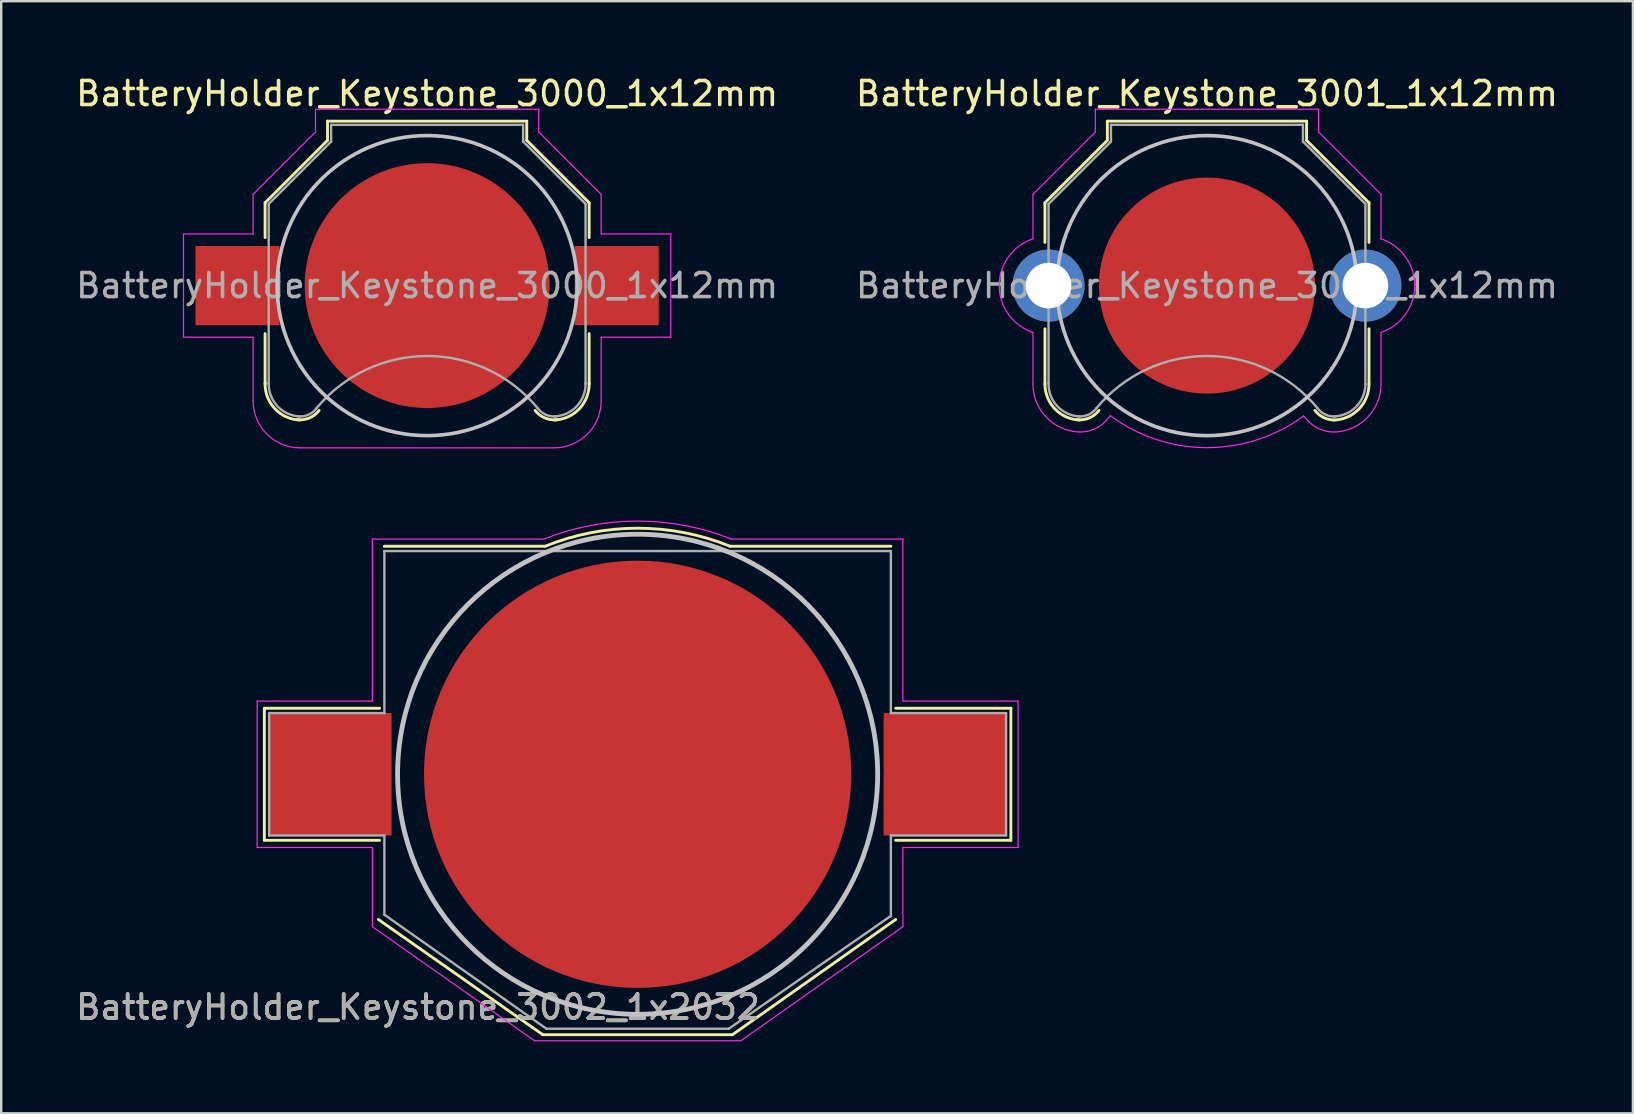
<source format=kicad_pcb>
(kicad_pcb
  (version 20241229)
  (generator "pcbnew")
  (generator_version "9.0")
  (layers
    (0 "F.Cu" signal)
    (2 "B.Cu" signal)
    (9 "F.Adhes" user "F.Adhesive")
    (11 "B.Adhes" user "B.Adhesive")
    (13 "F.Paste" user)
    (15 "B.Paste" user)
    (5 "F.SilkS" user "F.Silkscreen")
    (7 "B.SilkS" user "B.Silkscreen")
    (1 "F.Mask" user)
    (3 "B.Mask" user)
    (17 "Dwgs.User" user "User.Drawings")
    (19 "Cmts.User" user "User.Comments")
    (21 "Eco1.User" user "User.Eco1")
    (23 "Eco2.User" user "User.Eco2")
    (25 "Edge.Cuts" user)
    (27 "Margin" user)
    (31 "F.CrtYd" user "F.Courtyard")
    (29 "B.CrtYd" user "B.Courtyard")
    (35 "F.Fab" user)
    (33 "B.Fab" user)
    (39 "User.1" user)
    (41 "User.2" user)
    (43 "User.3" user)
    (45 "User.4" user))
  (footprint "BatteryHolder_Keystone_3000_1x12mm"
    (layer "F.Cu")
    (at 14.744 8.848)
    (property "Reference" "BatteryHolder_Keystone_3000_1x12mm" (at 0 -8 0) (layer "F.SilkS") (effects (font (size 1 1) (thickness 0.15))))
    (attr smd)
    (fp_line (start -6.75 -3.45) (end -4.15 -6.05) (stroke (width 0.12) (type solid)) (layer "F.SilkS"))
    (fp_line (start -6.75 -2) (end -6.75 -3.45) (stroke (width 0.12) (type solid)) (layer "F.SilkS"))
    (fp_line (start -6.75 2) (end -6.75 4.1) (stroke (width 0.12) (type solid)) (layer "F.SilkS"))
    (fp_line (start -4.15 -6.85) (end 4.15 -6.85) (stroke (width 0.12) (type solid)) (layer "F.SilkS"))
    (fp_line (start -4.15 -6.05) (end -4.15 -6.85) (stroke (width 0.12) (type solid)) (layer "F.SilkS"))
    (fp_line (start 4.15 -6.85) (end 4.15 -6.05) (stroke (width 0.12) (type solid)) (layer "F.SilkS"))
    (fp_line (start 4.15 -6.05) (end 6.75 -3.45) (stroke (width 0.12) (type solid)) (layer "F.SilkS"))
    (fp_line (start 6.75 -3.45) (end 6.75 -2) (stroke (width 0.12) (type solid)) (layer "F.SilkS"))
    (fp_line (start 6.75 2) (end 6.75 4.1) (stroke (width 0.12) (type solid)) (layer "F.SilkS"))
    (fp_arc (start -5.3 5.6) (mid -6.346016 5.125305) (end -6.75 4.05) (stroke (width 0.12) (type solid)) (layer "F.SilkS"))
    (fp_arc (start -4.5 5.2) (mid -4.90584 5.514615) (end -5.414615 5.58416) (stroke (width 0.12) (type solid)) (layer "F.SilkS"))
    (fp_arc (start 5.414615 5.58416) (mid 4.90584 5.514615) (end 4.5 5.2) (stroke (width 0.12) (type solid)) (layer "F.SilkS"))
    (fp_arc (start 6.75 4.05) (mid 6.346016 5.125305) (end 5.3 5.6) (stroke (width 0.12) (type solid)) (layer "F.SilkS"))
    (fp_circle (center 0 0) (end 0 6.25) (stroke (width 0.15) (type solid)) (fill no) (layer "Dwgs.User"))
    (fp_line (start -10.15 -2.15) (end -10.15 2.15) (stroke (width 0.05) (type solid)) (layer "F.CrtYd"))
    (fp_line (start -10.15 2.15) (end -7.25 2.15) (stroke (width 0.05) (type solid)) (layer "F.CrtYd"))
    (fp_line (start -7.25 -3.8) (end -4.65 -6.4) (stroke (width 0.05) (type solid)) (layer "F.CrtYd"))
    (fp_line (start -7.25 -2.15) (end -10.15 -2.15) (stroke (width 0.05) (type solid)) (layer "F.CrtYd"))
    (fp_line (start -7.25 -2.15) (end -7.25 -3.8) (stroke (width 0.05) (type solid)) (layer "F.CrtYd"))
    (fp_line (start -7.25 2.15) (end -7.25 4.8) (stroke (width 0.05) (type solid)) (layer "F.CrtYd"))
    (fp_line (start -5.29 6.76) (end 5.29 6.76) (stroke (width 0.05) (type solid)) (layer "F.CrtYd"))
    (fp_line (start -4.65 -7.35) (end 4.65 -7.35) (stroke (width 0.05) (type solid)) (layer "F.CrtYd"))
    (fp_line (start -4.65 -6.4) (end -4.65 -7.35) (stroke (width 0.05) (type solid)) (layer "F.CrtYd"))
    (fp_line (start 4.65 -6.4) (end 4.65 -7.35) (stroke (width 0.05) (type solid)) (layer "F.CrtYd"))
    (fp_line (start 7.25 -3.8) (end 4.65 -6.4) (stroke (width 0.05) (type solid)) (layer "F.CrtYd"))
    (fp_line (start 7.25 -2.15) (end 7.25 -3.8) (stroke (width 0.05) (type solid)) (layer "F.CrtYd"))
    (fp_line (start 7.25 -2.15) (end 10.15 -2.15) (stroke (width 0.05) (type solid)) (layer "F.CrtYd"))
    (fp_line (start 7.25 2.15) (end 7.25 4.8) (stroke (width 0.05) (type solid)) (layer "F.CrtYd"))
    (fp_line (start 10.15 -2.15) (end 10.15 2.15) (stroke (width 0.05) (type solid)) (layer "F.CrtYd"))
    (fp_line (start 10.15 2.15) (end 7.25 2.15) (stroke (width 0.05) (type solid)) (layer "F.CrtYd"))
    (fp_arc (start -5.29 6.76) (mid -6.675929 6.185929) (end -7.25 4.8) (stroke (width 0.05) (type solid)) (layer "F.CrtYd"))
    (fp_arc (start 7.25 4.8) (mid 6.675929 6.185929) (end 5.29 6.76) (stroke (width 0.05) (type solid)) (layer "F.CrtYd"))
    (fp_line (start -6.6 -3.4) (end -6.6 4.1) (stroke (width 0.1) (type solid)) (layer "F.Fab"))
    (fp_line (start -4 -6.7) (end -4 -6) (stroke (width 0.1) (type solid)) (layer "F.Fab"))
    (fp_line (start -4 -6.7) (end 4 -6.7) (stroke (width 0.1) (type solid)) (layer "F.Fab"))
    (fp_line (start -4 -6) (end -6.6 -3.4) (stroke (width 0.1) (type solid)) (layer "F.Fab"))
    (fp_line (start 4 -6.7) (end 4 -6) (stroke (width 0.1) (type solid)) (layer "F.Fab"))
    (fp_line (start 4 -6) (end 6.6 -3.4) (stroke (width 0.1) (type solid)) (layer "F.Fab"))
    (fp_line (start 6.6 -3.4) (end 6.6 4.1) (stroke (width 0.1) (type solid)) (layer "F.Fab"))
    (fp_arc (start -5.3 5.45) (mid -6.239949 5.019239) (end -6.6 4.05) (stroke (width 0.1) (type solid)) (layer "F.Fab"))
    (fp_arc (start -4.6 5.1) (mid -4.942443 5.378013) (end -5.378013 5.447558) (stroke (width 0.1) (type solid)) (layer "F.Fab"))
    (fp_arc (start -4.6 5.1) (mid 0.006214 2.93343) (end 4.607905 5.109589) (stroke (width 0.1) (type solid)) (layer "F.Fab"))
    (fp_arc (start 5.378013 5.447558) (mid 4.942442 5.378013) (end 4.6 5.1) (stroke (width 0.1) (type solid)) (layer "F.Fab"))
    (fp_arc (start 6.6 4.05) (mid 6.239949 5.019239) (end 5.3 5.45) (stroke (width 0.1) (type solid)) (layer "F.Fab"))
    (fp_text user "${REFERENCE}" (at 0 0 0) (layer "F.Fab") (effects (font (size 1 1) (thickness 0.15))))
    (pad "1" smd rect (at -7.9 0) (size 3.5 3.3) (layers "F.Cu" "F.Mask" "F.Paste"))
    (pad "1" smd rect (at 7.9 0) (size 3.5 3.3) (layers "F.Cu" "F.Mask" "F.Paste"))
    (pad "2" smd circle (at 0 0) (size 10.2 10.2) (layers "F.Cu" "F.Mask")))
  (footprint "BatteryHolder_Keystone_3001_1x12mm"
    (layer "F.Cu")
    (at 47.232 8.848)
    (property "Reference" "BatteryHolder_Keystone_3001_1x12mm" (at 0 -8 0) (layer "F.SilkS") (effects (font (size 1 1) (thickness 0.15))))
    (attr through_hole)
    (fp_line (start -6.75 -3.45) (end -4.15 -6.05) (stroke (width 0.12) (type solid)) (layer "F.SilkS"))
    (fp_line (start -6.75 -1.8) (end -6.75 -3.45) (stroke (width 0.12) (type solid)) (layer "F.SilkS"))
    (fp_line (start -6.75 1.8) (end -6.75 4.1) (stroke (width 0.12) (type solid)) (layer "F.SilkS"))
    (fp_line (start -4.15 -6.85) (end 4.15 -6.85) (stroke (width 0.12) (type solid)) (layer "F.SilkS"))
    (fp_line (start -4.15 -6.05) (end -4.15 -6.85) (stroke (width 0.12) (type solid)) (layer "F.SilkS"))
    (fp_line (start 4.15 -6.85) (end 4.15 -6.05) (stroke (width 0.12) (type solid)) (layer "F.SilkS"))
    (fp_line (start 4.15 -6.05) (end 6.75 -3.45) (stroke (width 0.12) (type solid)) (layer "F.SilkS"))
    (fp_line (start 6.75 -3.45) (end 6.75 -1.8) (stroke (width 0.12) (type solid)) (layer "F.SilkS"))
    (fp_line (start 6.75 1.8) (end 6.75 4.1) (stroke (width 0.12) (type solid)) (layer "F.SilkS"))
    (fp_arc (start -5.3 5.6) (mid -6.32849 5.143374) (end -6.75 4.1) (stroke (width 0.12) (type solid)) (layer "F.SilkS"))
    (fp_arc (start -4.5 5.2) (mid -4.90584 5.514615) (end -5.414615 5.58416) (stroke (width 0.12) (type solid)) (layer "F.SilkS"))
    (fp_arc (start 5.3 5.6) (mid 4.853424 5.493151) (end 4.5 5.2) (stroke (width 0.12) (type solid)) (layer "F.SilkS"))
    (fp_arc (start 6.75 4.1) (mid 6.328491 5.143375) (end 5.3 5.6) (stroke (width 0.12) (type solid)) (layer "F.SilkS"))
    (fp_circle (center 0 0) (end 0 6.25) (stroke (width 0.15) (type solid)) (fill no) (layer "Dwgs.User"))
    (fp_line (start -7.25 -3.8) (end -4.65 -6.4) (stroke (width 0.05) (type solid)) (layer "F.CrtYd"))
    (fp_line (start -7.25 -1.95) (end -7.25 -3.8) (stroke (width 0.05) (type solid)) (layer "F.CrtYd"))
    (fp_line (start -7.25 1.95) (end -7.25 4.1) (stroke (width 0.05) (type solid)) (layer "F.CrtYd"))
    (fp_line (start -4.65 -7.35) (end 4.65 -7.35) (stroke (width 0.05) (type solid)) (layer "F.CrtYd"))
    (fp_line (start -4.65 -6.4) (end -4.65 -7.35) (stroke (width 0.05) (type solid)) (layer "F.CrtYd"))
    (fp_line (start 4.65 -6.4) (end 4.65 -7.35) (stroke (width 0.05) (type solid)) (layer "F.CrtYd"))
    (fp_line (start 7.25 -3.8) (end 4.65 -6.4) (stroke (width 0.05) (type solid)) (layer "F.CrtYd"))
    (fp_line (start 7.25 -1.95) (end 7.25 -3.8) (stroke (width 0.05) (type solid)) (layer "F.CrtYd"))
    (fp_line (start 7.25 1.95) (end 7.25 4.1) (stroke (width 0.05) (type solid)) (layer "F.CrtYd"))
    (fp_arc (start -7.25 1.95) (mid -8.655479 0.002334) (end -7.254426 -1.948519) (stroke (width 0.05) (type solid)) (layer "F.CrtYd"))
    (fp_arc (start -5.3 6.1) (mid -6.682005 5.49683) (end -7.25 4.1) (stroke (width 0.05) (type solid)) (layer "F.CrtYd"))
    (fp_arc (start -4.22 5.65) (mid -4.714386 5.984474) (end -5.3 6.1) (stroke (width 0.05) (type solid)) (layer "F.CrtYd"))
    (fp_arc (start -4.22 5.65) (mid -4.123743 5.534157) (end -4.024388 5.42096) (stroke (width 0.05) (type solid)) (layer "F.CrtYd"))
    (fp_arc (start 0 6.75) (mid -2.119083 6.409143) (end -4.024388 5.42096) (stroke (width 0.05) (type solid)) (layer "F.CrtYd"))
    (fp_arc (start 4.02471 5.432858) (mid 2.117378 6.412341) (end 0 6.75) (stroke (width 0.05) (type solid)) (layer "F.CrtYd"))
    (fp_arc (start 4.02471 5.432858) (mid 4.123824 5.540108) (end 4.22 5.65) (stroke (width 0.05) (type solid)) (layer "F.CrtYd"))
    (fp_arc (start 5.3 6.1) (mid 4.714386 5.984474) (end 4.22 5.65) (stroke (width 0.05) (type solid)) (layer "F.CrtYd"))
    (fp_arc (start 7.25 4.1) (mid 6.682005 5.496829) (end 5.3 6.1) (stroke (width 0.05) (type solid)) (layer "F.CrtYd"))
    (fp_arc (start 7.254426 -1.948519) (mid 8.655479 0.002334) (end 7.25 1.95) (stroke (width 0.05) (type solid)) (layer "F.CrtYd"))
    (fp_line (start -6.6 -3.4) (end -6.6 4.05) (stroke (width 0.1) (type solid)) (layer "F.Fab"))
    (fp_line (start -4 -6.7) (end -4 -6) (stroke (width 0.1) (type solid)) (layer "F.Fab"))
    (fp_line (start -4 -6.7) (end 4 -6.7) (stroke (width 0.1) (type solid)) (layer "F.Fab"))
    (fp_line (start -4 -6) (end -6.6 -3.4) (stroke (width 0.1) (type solid)) (layer "F.Fab"))
    (fp_line (start 4 -6.7) (end 4 -6) (stroke (width 0.1) (type solid)) (layer "F.Fab"))
    (fp_line (start 4 -6) (end 6.6 -3.4) (stroke (width 0.1) (type solid)) (layer "F.Fab"))
    (fp_line (start 6.6 -3.4) (end 6.6 4.1) (stroke (width 0.1) (type solid)) (layer "F.Fab"))
    (fp_arc (start -5.3 5.45) (mid -6.239949 5.019239) (end -6.6 4.05) (stroke (width 0.1) (type solid)) (layer "F.Fab"))
    (fp_arc (start -4.6 5.1) (mid -4.942443 5.378013) (end -5.378013 5.447558) (stroke (width 0.1) (type solid)) (layer "F.Fab"))
    (fp_arc (start -4.6 5.1) (mid 0.006214 2.93343) (end 4.607905 5.109589) (stroke (width 0.1) (type solid)) (layer "F.Fab"))
    (fp_arc (start 5.378013 5.447558) (mid 4.942443 5.378013) (end 4.6 5.1) (stroke (width 0.1) (type solid)) (layer "F.Fab"))
    (fp_arc (start 6.6 4.1) (mid 6.222442 5.037352) (end 5.3 5.45) (stroke (width 0.1) (type solid)) (layer "F.Fab"))
    (fp_text user "${REFERENCE}" (at 0 0 0) (layer "F.Fab") (effects (font (size 1 1) (thickness 0.15))))
    (pad "1" thru_hole circle (at -6.6 0) (size 3 3) (drill 1.9) (layers "*.Cu" "*.Mask"))
    (pad "1" thru_hole circle (at 6.6 0) (size 3 3) (drill 1.9) (layers "*.Cu" "*.Mask"))
    (pad "2" smd circle (at 0 0) (size 9 9) (layers "F.Cu" "F.Mask")))
  (footprint "BatteryHolder_Keystone_3002_1x2032"
    (layer "F.Cu")
    (at 23.513 29.206)
    (property "Reference" "BatteryHolder_Keystone_3002_1x2032" (at -9.15 9.7 0) (layer "F.SilkS") (effects (font (size 1 1) (thickness 0.15))))
    (attr smd)
    (fp_line (start -15.55 -2.75) (end -15.55 2.75) (stroke (width 0.12) (type solid)) (layer "F.SilkS"))
    (fp_line (start -15.55 2.75) (end -10.75 2.75) (stroke (width 0.12) (type solid)) (layer "F.SilkS"))
    (fp_line (start -10.8 6.05) (end -3.95 10.85) (stroke (width 0.12) (type solid)) (layer "F.SilkS"))
    (fp_line (start -10.75 -2.75) (end -15.55 -2.75) (stroke (width 0.12) (type solid)) (layer "F.SilkS"))
    (fp_line (start -10.55 -9.5) (end -3.85 -9.5) (stroke (width 0.12) (type solid)) (layer "F.SilkS"))
    (fp_line (start -3.95 10.85) (end 3.95 10.85) (stroke (width 0.12) (type solid)) (layer "F.SilkS"))
    (fp_line (start 3.95 10.85) (end 10.75 6.05) (stroke (width 0.12) (type solid)) (layer "F.SilkS"))
    (fp_line (start 10.55 -9.5) (end 3.85 -9.5) (stroke (width 0.12) (type solid)) (layer "F.SilkS"))
    (fp_line (start 10.75 2.75) (end 15.55 2.75) (stroke (width 0.12) (type solid)) (layer "F.SilkS"))
    (fp_line (start 15.55 -2.75) (end 10.75 -2.75) (stroke (width 0.12) (type solid)) (layer "F.SilkS"))
    (fp_line (start 15.55 2.75) (end 15.55 -2.75) (stroke (width 0.12) (type solid)) (layer "F.SilkS"))
    (fp_arc (start -3.846385 -9.501464) (mid 0.00195 -10.250487) (end 3.85 -9.5) (stroke (width 0.12) (type solid)) (layer "F.SilkS"))
    (fp_circle (center 0 0) (end 10 0) (stroke (width 0.2) (type solid)) (fill no) (layer "Dwgs.User"))
    (fp_line (start -15.85 -3.05) (end -11.05 -3.05) (stroke (width 0.05) (type solid)) (layer "F.CrtYd"))
    (fp_line (start -15.85 3.05) (end -15.85 -3.05) (stroke (width 0.05) (type solid)) (layer "F.CrtYd"))
    (fp_line (start -11.05 -9.8) (end -3.9 -9.8) (stroke (width 0.05) (type solid)) (layer "F.CrtYd"))
    (fp_line (start -11.05 -3.05) (end -11.05 -9.8) (stroke (width 0.05) (type solid)) (layer "F.CrtYd"))
    (fp_line (start -11.05 3.05) (end -15.85 3.05) (stroke (width 0.05) (type solid)) (layer "F.CrtYd"))
    (fp_line (start -11.05 6.35) (end -11.05 3.05) (stroke (width 0.05) (type solid)) (layer "F.CrtYd"))
    (fp_line (start -4.3 11.1) (end -11.05 6.35) (stroke (width 0.05) (type solid)) (layer "F.CrtYd"))
    (fp_line (start 4.3 11.1) (end -4.3 11.1) (stroke (width 0.05) (type solid)) (layer "F.CrtYd"))
    (fp_line (start 11.05 -9.8) (end 3.9 -9.8) (stroke (width 0.05) (type solid)) (layer "F.CrtYd"))
    (fp_line (start 11.05 -9.8) (end 11.05 -3.05) (stroke (width 0.05) (type solid)) (layer "F.CrtYd"))
    (fp_line (start 11.05 -3.05) (end 15.85 -3.05) (stroke (width 0.05) (type solid)) (layer "F.CrtYd"))
    (fp_line (start 11.05 3.05) (end 11.05 6.35) (stroke (width 0.05) (type solid)) (layer "F.CrtYd"))
    (fp_line (start 11.05 6.35) (end 4.3 11.1) (stroke (width 0.05) (type solid)) (layer "F.CrtYd"))
    (fp_line (start 15.85 -3.05) (end 15.85 3.05) (stroke (width 0.05) (type solid)) (layer "F.CrtYd"))
    (fp_line (start 15.85 3.05) (end 11.05 3.05) (stroke (width 0.05) (type solid)) (layer "F.CrtYd"))
    (fp_arc (start -3.9 -9.8) (mid 0 -10.547512) (end 3.9 -9.8) (stroke (width 0.05) (type solid)) (layer "F.CrtYd"))
    (fp_line (start -15.35 -2.55) (end -15.35 2.55) (stroke (width 0.1) (type solid)) (layer "F.Fab"))
    (fp_line (start -15.35 -2.55) (end -10.55 -2.55) (stroke (width 0.1) (type solid)) (layer "F.Fab"))
    (fp_line (start -15.35 2.55) (end -10.55 2.55) (stroke (width 0.1) (type solid)) (layer "F.Fab"))
    (fp_line (start -10.55 -2.55) (end -10.55 -9.3) (stroke (width 0.1) (type solid)) (layer "F.Fab"))
    (fp_line (start -10.55 2.55) (end -10.55 5.85) (stroke (width 0.1) (type solid)) (layer "F.Fab"))
    (fp_line (start -10.55 5.85) (end -3.8 10.6) (stroke (width 0.1) (type solid)) (layer "F.Fab"))
    (fp_line (start -3.8 10.6) (end 3.8 10.6) (stroke (width 0.1) (type solid)) (layer "F.Fab"))
    (fp_line (start 10.55 -9.3) (end -10.55 -9.3) (stroke (width 0.1) (type solid)) (layer "F.Fab"))
    (fp_line (start 10.55 -2.55) (end 10.55 -9.3) (stroke (width 0.1) (type solid)) (layer "F.Fab"))
    (fp_line (start 10.55 2.55) (end 10.55 5.9) (stroke (width 0.1) (type solid)) (layer "F.Fab"))
    (fp_line (start 10.55 2.55) (end 15.35 2.55) (stroke (width 0.1) (type solid)) (layer "F.Fab"))
    (fp_line (start 10.55 5.9) (end 3.8 10.6) (stroke (width 0.1) (type solid)) (layer "F.Fab"))
    (fp_line (start 15.35 -2.55) (end 10.55 -2.55) (stroke (width 0.1) (type solid)) (layer "F.Fab"))
    (fp_line (start 15.35 2.55) (end 15.35 -2.55) (stroke (width 0.1) (type solid)) (layer "F.Fab"))
    (fp_text user "${REFERENCE}" (at -9.15 9.7 0) (layer "F.Fab") (effects (font (size 1 1) (thickness 0.15))))
    (pad "1" smd rect (at -12.8 0) (size 5.1 5.1) (layers "F.Cu" "F.Mask" "F.Paste"))
    (pad "1" smd rect (at 12.8 0) (size 5.1 5.1) (layers "F.Cu" "F.Mask" "F.Paste"))
    (pad "2" smd circle (at 0 0) (size 17.8 17.8) (layers "F.Cu" "F.Mask")))
  (gr_rect
    (start -3 -3)
    (end 64.976 43.331)
    (stroke (width 0.1) (type default))
    (fill no)
    (layer "Edge.Cuts")))
</source>
